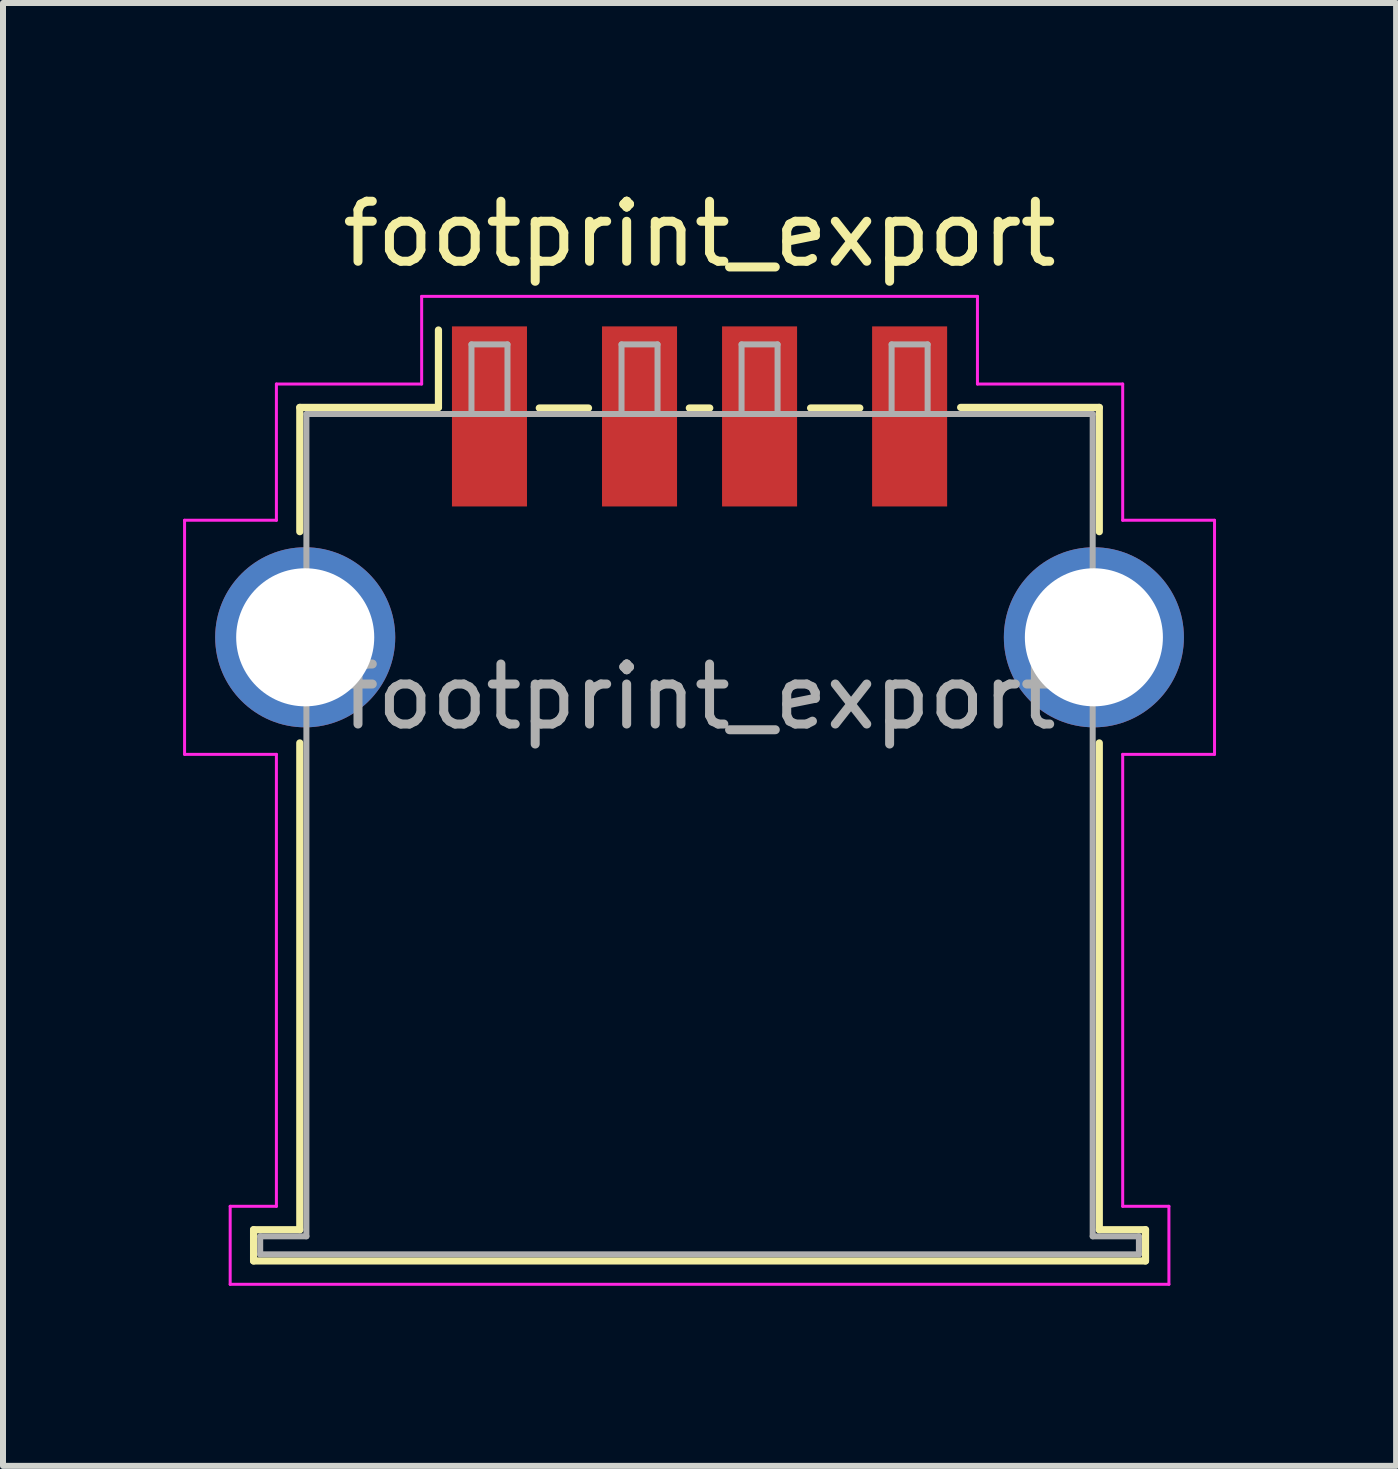
<source format=kicad_pcb>
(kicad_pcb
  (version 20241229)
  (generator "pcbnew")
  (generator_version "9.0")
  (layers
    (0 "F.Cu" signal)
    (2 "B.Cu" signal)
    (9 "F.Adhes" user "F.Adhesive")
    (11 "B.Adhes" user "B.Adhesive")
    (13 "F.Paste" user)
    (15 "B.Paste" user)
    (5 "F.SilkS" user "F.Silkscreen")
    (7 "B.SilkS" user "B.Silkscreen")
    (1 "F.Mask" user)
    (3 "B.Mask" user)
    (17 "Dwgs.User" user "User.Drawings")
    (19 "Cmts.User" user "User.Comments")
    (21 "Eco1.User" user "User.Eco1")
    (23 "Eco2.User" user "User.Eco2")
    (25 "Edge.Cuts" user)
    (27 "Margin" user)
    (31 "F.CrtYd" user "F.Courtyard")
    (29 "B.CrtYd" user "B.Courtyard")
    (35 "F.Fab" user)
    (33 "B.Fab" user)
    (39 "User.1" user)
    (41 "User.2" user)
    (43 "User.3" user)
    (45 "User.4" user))
  (footprint "footprint_export"
    (layer "F.Cu")
    (at 8.605 10.268)
    (property "Reference" "footprint_export" (at 0 -9.42 0) (layer "F.SilkS") (effects (font (size 1 1) (thickness 0.15))))
    (attr smd)
    (fp_line (start -7.43 7.17) (end -7.43 7.69) (stroke (width 0.12) (type solid)) (layer "F.SilkS"))
    (fp_line (start -7.43 7.69) (end 7.43 7.69) (stroke (width 0.12) (type solid)) (layer "F.SilkS"))
    (fp_line (start -6.66 -6.53) (end -6.66 -4.46) (stroke (width 0.12) (type solid)) (layer "F.SilkS"))
    (fp_line (start -6.66 -6.53) (end -4.35 -6.53) (stroke (width 0.12) (type solid)) (layer "F.SilkS"))
    (fp_line (start -6.66 7.17) (end -7.43 7.17) (stroke (width 0.12) (type solid)) (layer "F.SilkS"))
    (fp_line (start -6.66 7.17) (end -6.66 -0.94) (stroke (width 0.12) (type solid)) (layer "F.SilkS"))
    (fp_line (start -4.35 -7.82) (end -4.35 -6.53) (stroke (width 0.12) (type solid)) (layer "F.SilkS"))
    (fp_line (start -2.67 -6.52) (end -1.85 -6.52) (stroke (width 0.12) (type solid)) (layer "F.SilkS"))
    (fp_line (start -0.17 -6.52) (end 0.17 -6.52) (stroke (width 0.12) (type solid)) (layer "F.SilkS"))
    (fp_line (start 1.85 -6.52) (end 2.67 -6.52) (stroke (width 0.12) (type solid)) (layer "F.SilkS"))
    (fp_line (start 4.35 -6.53) (end 6.66 -6.53) (stroke (width 0.12) (type solid)) (layer "F.SilkS"))
    (fp_line (start 6.66 -6.53) (end 6.66 -4.46) (stroke (width 0.12) (type solid)) (layer "F.SilkS"))
    (fp_line (start 6.66 -0.94) (end 6.66 7.17) (stroke (width 0.12) (type solid)) (layer "F.SilkS"))
    (fp_line (start 7.43 7.17) (end 6.66 7.17) (stroke (width 0.12) (type solid)) (layer "F.SilkS"))
    (fp_line (start 7.43 7.69) (end 7.43 7.17) (stroke (width 0.12) (type solid)) (layer "F.SilkS"))
    (fp_line (start -8.58 -4.65) (end -8.58 -0.75) (stroke (width 0.05) (type solid)) (layer "F.CrtYd"))
    (fp_line (start -7.82 6.78) (end -7.05 6.78) (stroke (width 0.05) (type solid)) (layer "F.CrtYd"))
    (fp_line (start -7.82 8.08) (end -7.82 6.78) (stroke (width 0.05) (type solid)) (layer "F.CrtYd"))
    (fp_line (start -7.82 8.08) (end 7.82 8.08) (stroke (width 0.05) (type solid)) (layer "F.CrtYd"))
    (fp_line (start -7.05 -6.92) (end -7.05 -4.65) (stroke (width 0.05) (type solid)) (layer "F.CrtYd"))
    (fp_line (start -7.05 -6.92) (end -4.63 -6.92) (stroke (width 0.05) (type solid)) (layer "F.CrtYd"))
    (fp_line (start -7.05 -4.65) (end -8.58 -4.65) (stroke (width 0.05) (type solid)) (layer "F.CrtYd"))
    (fp_line (start -7.05 -0.75) (end -8.58 -0.75) (stroke (width 0.05) (type solid)) (layer "F.CrtYd"))
    (fp_line (start -7.05 6.78) (end -7.05 -0.75) (stroke (width 0.05) (type solid)) (layer "F.CrtYd"))
    (fp_line (start -4.63 -8.38) (end -4.63 -6.92) (stroke (width 0.05) (type solid)) (layer "F.CrtYd"))
    (fp_line (start -4.63 -8.38) (end 4.63 -8.38) (stroke (width 0.05) (type solid)) (layer "F.CrtYd"))
    (fp_line (start 4.63 -8.38) (end 4.63 -6.92) (stroke (width 0.05) (type solid)) (layer "F.CrtYd"))
    (fp_line (start 4.63 -6.92) (end 7.05 -6.92) (stroke (width 0.05) (type solid)) (layer "F.CrtYd"))
    (fp_line (start 7.05 -6.92) (end 7.05 -4.65) (stroke (width 0.05) (type solid)) (layer "F.CrtYd"))
    (fp_line (start 7.05 6.78) (end 7.05 -0.75) (stroke (width 0.05) (type solid)) (layer "F.CrtYd"))
    (fp_line (start 7.82 6.78) (end 7.05 6.78) (stroke (width 0.05) (type solid)) (layer "F.CrtYd"))
    (fp_line (start 7.82 8.08) (end 7.82 6.78) (stroke (width 0.05) (type solid)) (layer "F.CrtYd"))
    (fp_line (start 8.58 -4.65) (end 7.05 -4.65) (stroke (width 0.05) (type solid)) (layer "F.CrtYd"))
    (fp_line (start 8.58 -4.65) (end 8.58 -0.75) (stroke (width 0.05) (type solid)) (layer "F.CrtYd"))
    (fp_line (start 8.58 -0.75) (end 7.05 -0.75) (stroke (width 0.05) (type solid)) (layer "F.CrtYd"))
    (fp_line (start -7.32 7.28) (end -7.32 7.58) (stroke (width 0.1) (type solid)) (layer "F.Fab"))
    (fp_line (start -7.32 7.58) (end 7.32 7.58) (stroke (width 0.1) (type solid)) (layer "F.Fab"))
    (fp_line (start -6.55 -6.42) (end 6.55 -6.42) (stroke (width 0.1) (type solid)) (layer "F.Fab"))
    (fp_line (start -6.55 7.28) (end -7.32 7.28) (stroke (width 0.1) (type solid)) (layer "F.Fab"))
    (fp_line (start -6.55 7.28) (end -6.55 -6.42) (stroke (width 0.1) (type solid)) (layer "F.Fab"))
    (fp_line (start -3.8 -7.58) (end -3.8 -6.42) (stroke (width 0.1) (type solid)) (layer "F.Fab"))
    (fp_line (start -3.8 -7.58) (end -3.2 -7.58) (stroke (width 0.1) (type solid)) (layer "F.Fab"))
    (fp_line (start -3.2 -7.58) (end -3.2 -6.42) (stroke (width 0.1) (type solid)) (layer "F.Fab"))
    (fp_line (start -1.3 -7.58) (end -1.3 -6.42) (stroke (width 0.1) (type solid)) (layer "F.Fab"))
    (fp_line (start -1.3 -7.58) (end -0.7 -7.58) (stroke (width 0.1) (type solid)) (layer "F.Fab"))
    (fp_line (start -0.7 -7.58) (end -0.7 -6.42) (stroke (width 0.1) (type solid)) (layer "F.Fab"))
    (fp_line (start 0.7 -7.58) (end 0.7 -6.42) (stroke (width 0.1) (type solid)) (layer "F.Fab"))
    (fp_line (start 0.7 -7.58) (end 1.3 -7.58) (stroke (width 0.1) (type solid)) (layer "F.Fab"))
    (fp_line (start 1.3 -7.58) (end 1.3 -6.42) (stroke (width 0.1) (type solid)) (layer "F.Fab"))
    (fp_line (start 3.2 -7.58) (end 3.2 -6.42) (stroke (width 0.1) (type solid)) (layer "F.Fab"))
    (fp_line (start 3.2 -7.58) (end 3.8 -7.58) (stroke (width 0.1) (type solid)) (layer "F.Fab"))
    (fp_line (start 3.8 -7.58) (end 3.8 -6.42) (stroke (width 0.1) (type solid)) (layer "F.Fab"))
    (fp_line (start 6.55 -6.42) (end 6.55 7.28) (stroke (width 0.1) (type solid)) (layer "F.Fab"))
    (fp_line (start 7.32 7.28) (end 6.55 7.28) (stroke (width 0.1) (type solid)) (layer "F.Fab"))
    (fp_line (start 7.32 7.58) (end 7.32 7.28) (stroke (width 0.1) (type solid)) (layer "F.Fab"))
    (fp_text user "${REFERENCE}" (at 0 -1.71 0) (layer "F.Fab") (effects (font (size 1 1) (thickness 0.15))))
    (pad "1" smd rect (at -3.5 -6.38) (size 1.25 3) (layers "F.Cu" "F.Mask" "F.Paste"))
    (pad "2" smd rect (at -1 -6.38) (size 1.25 3) (layers "F.Cu" "F.Mask" "F.Paste"))
    (pad "3" smd rect (at 1 -6.38) (size 1.25 3) (layers "F.Cu" "F.Mask" "F.Paste"))
    (pad "4" smd rect (at 3.5 -6.38) (size 1.25 3) (layers "F.Cu" "F.Mask" "F.Paste"))
    (pad "5" thru_hole circle (at -6.57 -2.7) (size 3 3) (drill 2.3) (layers "*.Cu" "*.Mask"))
    (pad "5" thru_hole circle (at 6.57 -2.7) (size 3 3) (drill 2.3) (layers "*.Cu" "*.Mask")))
  (gr_rect
    (start -3 -3)
    (end 20.21 21.373)
    (stroke (width 0.1) (type default))
    (fill no)
    (layer "Edge.Cuts")))
</source>
